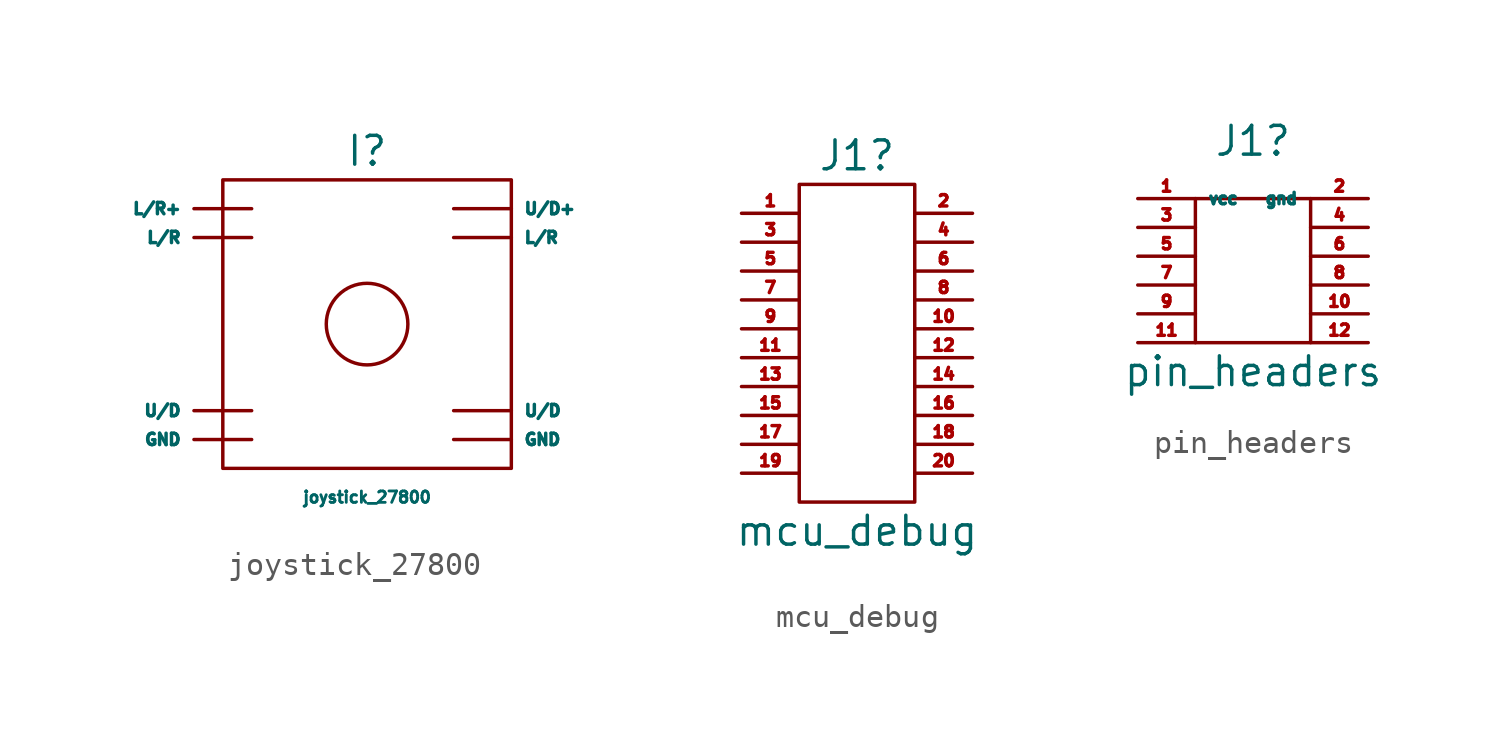
<source format=kicad_sym>
(kicad_symbol_lib
  (version 20211014)
  (generator kicad_symbol_editor)
  (symbol "joystick_27800"
    (property "Reference" "I"
      (at 0 12.7 0)
      (effects (font (size 1.27 1.27))))
    (property "Value" "joystick_27800"
      (at 0 -2.54 0)
      (effects (font (size 0.5 0.5))))
    (symbol "joystick_27800_0_1"
      (rectangle (start -6.35 11.43) (end 6.35 -1.27) (stroke (width 0) (type default) (color 0 0 0 0)) (fill (type none)))
      (circle (center 0 5.08) (radius 1.796) (stroke (width 0) (type default) (color 0 0 0 0)) (fill (type none))))
    (symbol "joystick_27800_1_1"
      (pin power_out line (at -5.08 0 180) (length 2.54) (name "GND" (effects (font (size 0.5 0.5)))) (number "" (effects (font (size 0.5 0.5)))))
      (pin power_out line (at 3.81 0 0) (length 2.54) (name "GND" (effects (font (size 0.5 0.5)))) (number "" (effects (font (size 0.5 0.5)))))
      (pin output line (at -5.08 8.89 180) (length 2.54) (name "L/R" (effects (font (size 0.5 0.5)))) (number "" (effects (font (size 0.5 0.5)))))
      (pin output line (at 3.81 8.89 0) (length 2.54) (name "L/R" (effects (font (size 0.5 0.5)))) (number "" (effects (font (size 0.5 0.5)))))
      (pin output line (at -5.08 10.16 180) (length 2.54) (name "L/R+" (effects (font (size 0.5 0.5)))) (number "" (effects (font (size 0.5 0.5)))))
      (pin output line (at -5.08 1.27 180) (length 2.54) (name "U/D" (effects (font (size 0.5 0.5)))) (number "" (effects (font (size 0.5 0.5)))))
      (pin output line (at 3.81 1.27 0) (length 2.54) (name "U/D" (effects (font (size 0.5 0.5)))) (number "" (effects (font (size 0.5 0.5)))))
      (pin output line (at 3.81 10.16 0) (length 2.54) (name "U/D+" (effects (font (size 0.5 0.5)))) (number "" (effects (font (size 0 0)))))))
  (symbol "mcu_debug"
    (property "Reference" "J1"
      (at 0 13.97 0)
      (effects (font (size 1.27 1.27))))
    (property "Value" "mcu_debug"
      (at 0 -2.54 0)
      (effects (font (size 1.27 1.27))))
    (symbol "mcu_debug_0_1"
      (rectangle (start -2.54 12.7) (end 2.54 -1.27) (stroke (width 0) (type default) (color 0 0 0 0)) (fill (type none))))
    (symbol "mcu_debug_1_1"
      (pin power_in line (at -5.08 11.43 0) (length 2.54) (name "" (effects (font (size 0.5 0.5)))) (number "1" (effects (font (size 0.5 0.5)))))
      (pin bidirectional line (at 5.08 6.35 180) (length 2.54) (name "" (effects (font (size 0.5 0.5)))) (number "10" (effects (font (size 0.5 0.5)))))
      (pin power_out line (at -5.08 5.08 0) (length 2.54) (name "" (effects (font (size 0.5 0.5)))) (number "11" (effects (font (size 0.5 0.5)))))
      (pin bidirectional line (at 5.08 5.08 180) (length 2.54) (name "" (effects (font (size 0.5 0.5)))) (number "12" (effects (font (size 0.5 0.5)))))
      (pin power_out line (at -5.08 3.81 0) (length 2.54) (name "" (effects (font (size 0.5 0.5)))) (number "13" (effects (font (size 0.5 0.5)))))
      (pin bidirectional line (at 5.08 3.81 180) (length 2.54) (name "" (effects (font (size 0.5 0.5)))) (number "14" (effects (font (size 0.5 0.5)))))
      (pin power_out line (at -5.08 2.54 0) (length 2.54) (name "" (effects (font (size 0.5 0.5)))) (number "15" (effects (font (size 0.5 0.5)))))
      (pin bidirectional line (at 5.08 2.54 180) (length 2.54) (name "" (effects (font (size 0.5 0.5)))) (number "16" (effects (font (size 0.5 0.5)))))
      (pin power_out line (at -5.08 1.27 0) (length 2.54) (name "" (effects (font (size 0.5 0.5)))) (number "17" (effects (font (size 0.5 0.5)))))
      (pin bidirectional line (at 5.08 1.27 180) (length 2.54) (name "" (effects (font (size 0.5 0.5)))) (number "18" (effects (font (size 0.5 0.5)))))
      (pin power_out line (at -5.08 0 0) (length 2.54) (name "" (effects (font (size 0.5 0.5)))) (number "19" (effects (font (size 0.5 0.5)))))
      (pin bidirectional line (at 5.08 11.43 180) (length 2.54) (name "" (effects (font (size 0.5 0.5)))) (number "2" (effects (font (size 0.5 0.5)))))
      (pin bidirectional line (at 5.08 0 180) (length 2.54) (name "" (effects (font (size 0.5 0.5)))) (number "20" (effects (font (size 0.5 0.5)))))
      (pin power_out line (at -5.08 10.16 0) (length 2.54) (name "" (effects (font (size 0.5 0.5)))) (number "3" (effects (font (size 0.5 0.5)))))
      (pin bidirectional line (at 5.08 10.16 180) (length 2.54) (name "" (effects (font (size 0.5 0.5)))) (number "4" (effects (font (size 0.5 0.5)))))
      (pin power_out line (at -5.08 8.89 0) (length 2.54) (name "" (effects (font (size 0.5 0.5)))) (number "5" (effects (font (size 0.5 0.5)))))
      (pin bidirectional line (at 5.08 8.89 180) (length 2.54) (name "" (effects (font (size 0.5 0.5)))) (number "6" (effects (font (size 0.5 0.5)))))
      (pin power_out line (at -5.08 7.62 0) (length 2.54) (name "" (effects (font (size 0.5 0.5)))) (number "7" (effects (font (size 0.5 0.5)))))
      (pin bidirectional line (at 5.08 7.62 180) (length 2.54) (name "" (effects (font (size 0.5 0.5)))) (number "8" (effects (font (size 0.5 0.5)))))
      (pin power_out line (at -5.08 6.35 0) (length 2.54) (name "" (effects (font (size 0.5 0.5)))) (number "9" (effects (font (size 0.5 0.5)))))))
  (symbol "pin_headers"
    (property "Reference" "J1"
      (at 0 17.78 0)
      (effects (font (size 1.27 1.27))))
    (property "Value" "pin_headers"
      (at 0 7.62 0)
      (effects (font (size 1.27 1.27))))
    (symbol "pin_headers_0_1"
      (rectangle (start -2.54 15.24) (end 2.54 8.89) (stroke (width 0) (type default) (color 0 0 0 0)) (fill (type none))))
    (symbol "pin_headers_1_1"
      (pin input line (at -5.08 15.24 0) (length 2.54) (name "vcc" (effects (font (size 0.5 0.5)))) (number "1" (effects (font (size 0.5 0.5)))))
      (pin bidirectional line (at 5.08 10.16 180) (length 2.54) (name "" (effects (font (size 0.5 0.5)))) (number "10" (effects (font (size 0.5 0.5)))))
      (pin bidirectional line (at -5.08 8.89 0) (length 2.54) (name "" (effects (font (size 0.5 0.5)))) (number "11" (effects (font (size 0.5 0.5)))))
      (pin bidirectional line (at 5.08 8.89 180) (length 2.54) (name "" (effects (font (size 0.5 0.5)))) (number "12" (effects (font (size 0.5 0.5)))))
      (pin output line (at 5.08 15.24 180) (length 2.54) (name "gnd" (effects (font (size 0.5 0.5)))) (number "2" (effects (font (size 0.5 0.5)))))
      (pin bidirectional line (at -5.08 13.97 0) (length 2.54) (name "" (effects (font (size 0.5 0.5)))) (number "3" (effects (font (size 0.5 0.5)))))
      (pin bidirectional line (at 5.08 13.97 180) (length 2.54) (name "" (effects (font (size 0.5 0.5)))) (number "4" (effects (font (size 0.5 0.5)))))
      (pin bidirectional line (at -5.08 12.7 0) (length 2.54) (name "" (effects (font (size 0.5 0.5)))) (number "5" (effects (font (size 0.5 0.5)))))
      (pin bidirectional line (at 5.08 12.7 180) (length 2.54) (name "" (effects (font (size 0.5 0.5)))) (number "6" (effects (font (size 0.5 0.5)))))
      (pin bidirectional line (at -5.08 11.43 0) (length 2.54) (name "" (effects (font (size 0.5 0.5)))) (number "7" (effects (font (size 0.5 0.5)))))
      (pin bidirectional line (at 5.08 11.43 180) (length 2.54) (name "" (effects (font (size 0.5 0.5)))) (number "8" (effects (font (size 0.5 0.5)))))
      (pin bidirectional line (at -5.08 10.16 0) (length 2.54) (name "" (effects (font (size 0.5 0.5)))) (number "9" (effects (font (size 0.5 0.5))))))))
</source>
